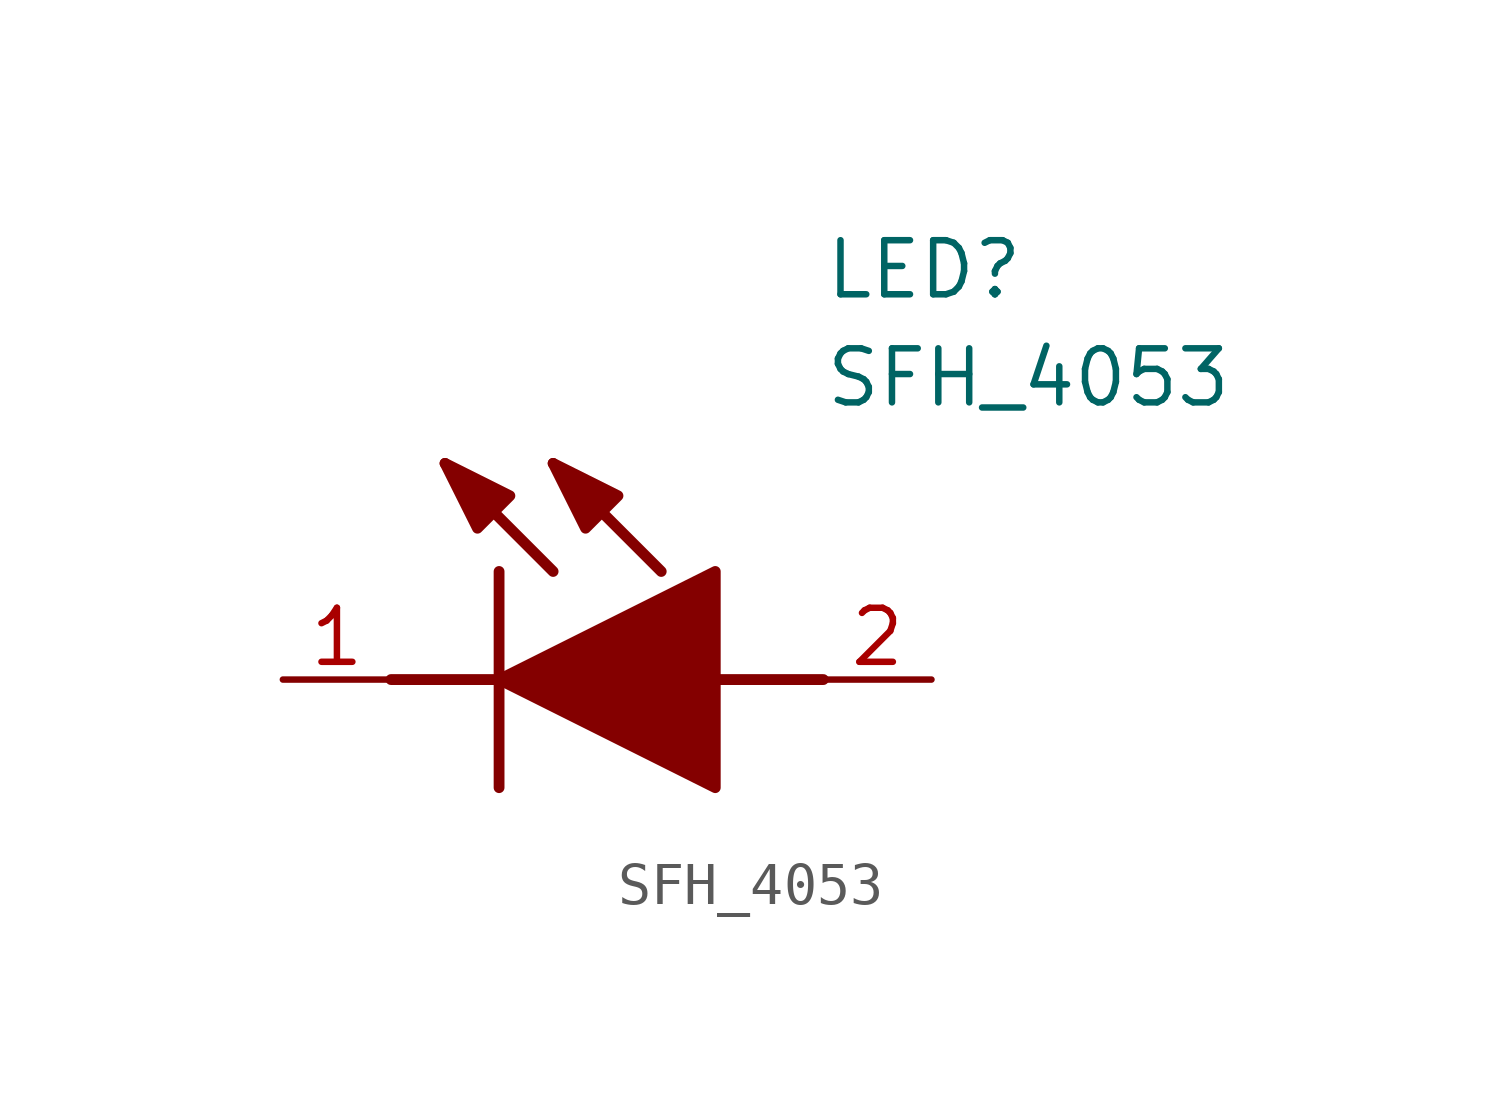
<source format=kicad_sym>
(kicad_symbol_lib
  (version 20211014)
  (generator SamacSys_ECAD_Model)
  (symbol "SFH_4053"
    (pin_names hide)
    (property "Reference" "LED"
      (at 12.7 8.89 0)
      (effects (font (size 1.27 1.27)) (justify left bottom)))
    (property "Value" "SFH_4053"
      (at 12.7 6.35 0)
      (effects (font (size 1.27 1.27)) (justify left bottom)))
    (polyline
      (pts (xy 5.08 2.54) (xy 5.08 -2.54))
      (stroke (width 0.254) (type default))
      (fill (type none)))
    (polyline
      (pts (xy 6.35 2.54) (xy 3.81 5.08))
      (stroke (width 0.254) (type default))
      (fill (type none)))
    (polyline
      (pts (xy 8.89 2.54) (xy 6.35 5.08))
      (stroke (width 0.254) (type default))
      (fill (type none)))
    (polyline
      (pts (xy 2.54 0) (xy 5.08 0))
      (stroke (width 0.254) (type default))
      (fill (type none)))
    (polyline
      (pts (xy 10.16 0) (xy 12.7 0))
      (stroke (width 0.254) (type default))
      (fill (type none)))
    (polyline
      (pts (xy 5.08 0) (xy 10.16 2.54) (xy 10.16 -2.54) (xy 5.08 0))
      (stroke (width 0.254) (type default))
      (fill (type outline)))
    (polyline
      (pts (xy 5.334 4.318) (xy 4.572 3.556) (xy 3.81 5.08) (xy 5.334 4.318))
      (stroke (width 0.254) (type default))
      (fill (type outline)))
    (polyline
      (pts (xy 7.874 4.318) (xy 7.112 3.556) (xy 6.35 5.08) (xy 7.874 4.318))
      (stroke (width 0.254) (type default))
      (fill (type outline)))
    (pin passive line
      (at 0 0 0)
      (length 2.54)
      (name "K" (effects (font (size 1.27 1.27))))
      (number "1" (effects (font (size 1.27 1.27)))))
    (pin passive line
      (at 15.24 0 180)
      (length 2.54)
      (name "A" (effects (font (size 1.27 1.27))))
      (number "2" (effects (font (size 1.27 1.27)))))))
</source>
